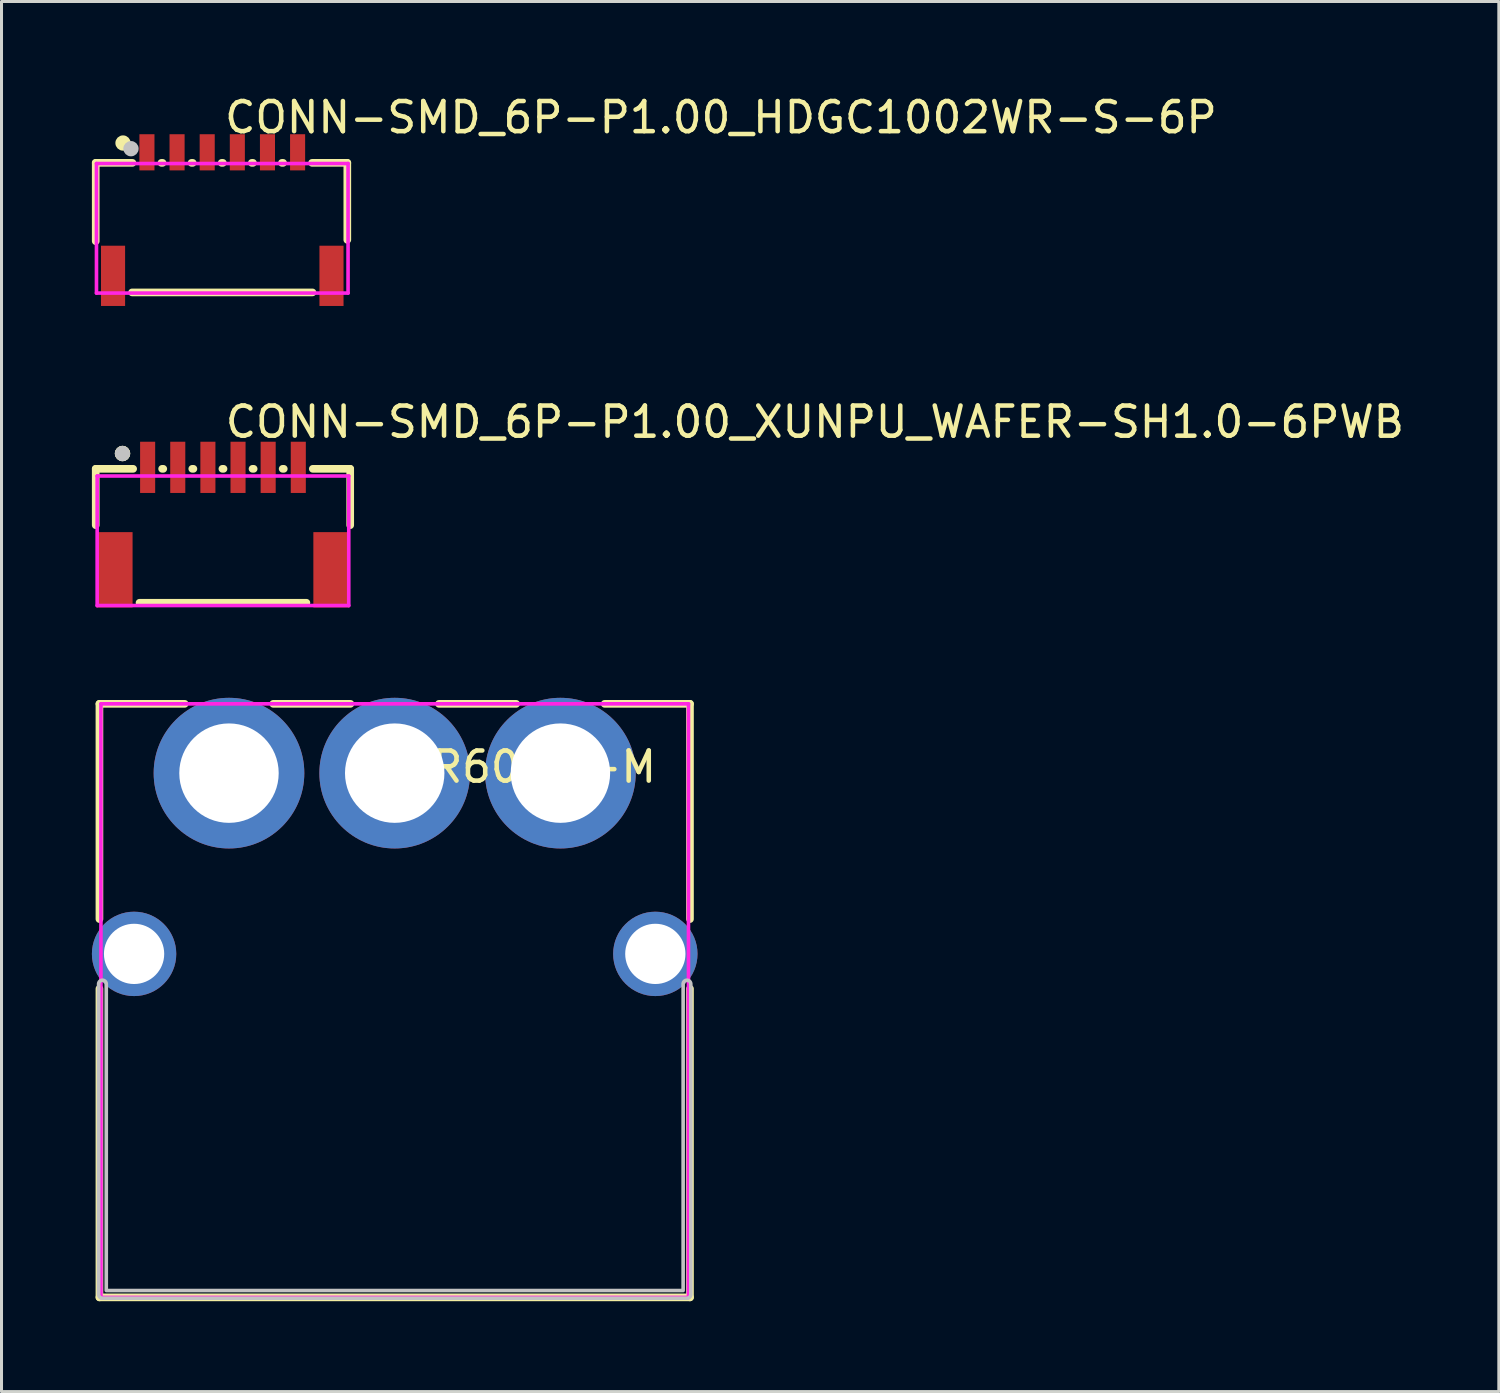
<source format=kicad_pcb>
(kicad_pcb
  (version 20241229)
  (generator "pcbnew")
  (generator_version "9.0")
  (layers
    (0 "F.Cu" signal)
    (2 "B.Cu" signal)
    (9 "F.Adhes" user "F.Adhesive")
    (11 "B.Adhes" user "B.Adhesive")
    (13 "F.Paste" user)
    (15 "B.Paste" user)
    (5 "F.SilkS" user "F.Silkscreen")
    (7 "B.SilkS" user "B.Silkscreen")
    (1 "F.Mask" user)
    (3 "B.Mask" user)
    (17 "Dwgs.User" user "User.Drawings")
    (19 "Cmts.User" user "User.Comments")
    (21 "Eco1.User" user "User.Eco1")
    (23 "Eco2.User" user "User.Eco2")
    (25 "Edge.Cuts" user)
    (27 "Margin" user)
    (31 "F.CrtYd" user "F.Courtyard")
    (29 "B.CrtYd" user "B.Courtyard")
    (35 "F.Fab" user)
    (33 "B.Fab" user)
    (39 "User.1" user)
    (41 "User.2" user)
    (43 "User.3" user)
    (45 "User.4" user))
  (footprint "CONN-SMD_6P-P1.00_HDGC1002WR-S-6P"
    (layer "F.Cu")
    (at 4.327 4.055)
    (property "Reference" "CONN-SMD_6P-P1.00_HDGC1002WR-S-6P" (at 0 -3.207 0) (layer "F.SilkS") (effects (font (size 1 1) (thickness 0.15)) (justify left)))
    (attr through_hole)
    (fp_line (start -4.2 -1.7) (end -4.2 0.9) (stroke (width 0.254) (type solid)) (layer "F.SilkS"))
    (fp_line (start -4.2 -1.7) (end -2.981 -1.7) (stroke (width 0.254) (type solid)) (layer "F.SilkS"))
    (fp_line (start -2.019 -1.7) (end -1.981 -1.7) (stroke (width 0.254) (type solid)) (layer "F.SilkS"))
    (fp_line (start -1.019 -1.7) (end -0.981 -1.7) (stroke (width 0.254) (type solid)) (layer "F.SilkS"))
    (fp_line (start -0.019 -1.7) (end 0.019 -1.7) (stroke (width 0.254) (type solid)) (layer "F.SilkS"))
    (fp_line (start 0.981 -1.7) (end 1.019 -1.7) (stroke (width 0.254) (type solid)) (layer "F.SilkS"))
    (fp_line (start 1.981 -1.7) (end 2.019 -1.7) (stroke (width 0.254) (type solid)) (layer "F.SilkS"))
    (fp_line (start 2.981 -1.7) (end 4.15 -1.7) (stroke (width 0.254) (type solid)) (layer "F.SilkS"))
    (fp_line (start 2.994 2.6) (end -2.994 2.6) (stroke (width 0.254) (type solid)) (layer "F.SilkS"))
    (fp_line (start 4.15 -1.7) (end 4.15 0.856) (stroke (width 0.254) (type solid)) (layer "F.SilkS"))
    (fp_circle (center -3.294 -2.358) (end -3.167 -2.358) (stroke (width 0.254) (type solid)) (fill no) (layer "F.SilkS"))
    (fp_circle (center -3.03 -2.17) (end -2.903 -2.17) (stroke (width 0.254) (type solid)) (fill no) (layer "Dwgs.User"))
    (fp_circle (center -4.175 -2.378) (end -4.145 -2.378) (stroke (width 0.06) (type solid)) (fill no) (layer "Eco2.User"))
    (fp_poly (pts (xy -3.725 1.622) (xy -3.525 1.622) (xy -3.525 2.622) (xy -3.725 2.622)) (stroke (width 0.12) (type solid)) (fill no) (layer "Eco2.User"))
    (fp_poly (pts (xy -2.6 -2.378) (xy -2.4 -2.378) (xy -2.4 -1.578) (xy -2.6 -1.578)) (stroke (width 0.12) (type solid)) (fill no) (layer "Eco2.User"))
    (fp_poly (pts (xy -1.6 -2.378) (xy -1.4 -2.378) (xy -1.4 -1.578) (xy -1.6 -1.578)) (stroke (width 0.12) (type solid)) (fill no) (layer "Eco2.User"))
    (fp_poly (pts (xy -0.6 -2.378) (xy -0.4 -2.378) (xy -0.4 -1.578) (xy -0.6 -1.578)) (stroke (width 0.12) (type solid)) (fill no) (layer "Eco2.User"))
    (fp_poly (pts (xy 0.4 -2.378) (xy 0.6 -2.378) (xy 0.6 -1.578) (xy 0.4 -1.578)) (stroke (width 0.12) (type solid)) (fill no) (layer "Eco2.User"))
    (fp_poly (pts (xy 1.4 -2.378) (xy 1.6 -2.378) (xy 1.6 -1.578) (xy 1.4 -1.578)) (stroke (width 0.12) (type solid)) (fill no) (layer "Eco2.User"))
    (fp_poly (pts (xy 2.4 -2.378) (xy 2.6 -2.378) (xy 2.6 -1.578) (xy 2.4 -1.578)) (stroke (width 0.12) (type solid)) (fill no) (layer "Eco2.User"))
    (fp_poly (pts (xy 3.525 1.622) (xy 3.725 1.622) (xy 3.725 2.622) (xy 3.525 2.622)) (stroke (width 0.12) (type solid)) (fill no) (layer "Eco2.User"))
    (fp_line (start -4.175 -1.678) (end 4.175 -1.678) (stroke (width 0.12) (type solid)) (layer "F.CrtYd"))
    (fp_line (start -4.175 2.622) (end -4.175 -1.678) (stroke (width 0.12) (type solid)) (layer "F.CrtYd"))
    (fp_line (start 4.175 -1.678) (end 4.175 2.622) (stroke (width 0.12) (type solid)) (layer "F.CrtYd"))
    (fp_line (start 4.175 2.622) (end -4.175 2.622) (stroke (width 0.12) (type solid)) (layer "F.CrtYd"))
    (pad "1" smd rect (at -2.5 -2.05) (size 0.5 1.2) (layers "F.Cu" "F.Mask" "F.Paste"))
    (pad "2" smd rect (at -1.5 -2.05) (size 0.5 1.2) (layers "F.Cu" "F.Mask" "F.Paste"))
    (pad "3" smd rect (at -0.5 -2.05) (size 0.5 1.2) (layers "F.Cu" "F.Mask" "F.Paste"))
    (pad "4" smd rect (at 0.5 -2.05) (size 0.5 1.2) (layers "F.Cu" "F.Mask" "F.Paste"))
    (pad "5" smd rect (at 1.5 -2.05) (size 0.5 1.2) (layers "F.Cu" "F.Mask" "F.Paste"))
    (pad "6" smd rect (at 2.5 -2.05) (size 0.5 1.2) (layers "F.Cu" "F.Mask" "F.Paste"))
    (pad "7" smd rect (at 3.625 2.05) (size 0.8 2) (layers "F.Cu" "F.Mask" "F.Paste"))
    (pad "8" smd rect (at -3.625 2.05) (size 0.8 2) (layers "F.Cu" "F.Mask" "F.Paste")))
  (footprint "CONN-SMD_6P-P1.00_XUNPU_WAFER-SH1.0-6PWB"
    (layer "F.Cu")
    (at 4.35 14.161)
    (property "Reference" "CONN-SMD_6P-P1.00_XUNPU_WAFER-SH1.0-6PWB" (at 0 -3.207 0) (layer "F.SilkS") (effects (font (size 1 1) (thickness 0.15)) (justify left)))
    (attr through_hole)
    (fp_line (start -4.223 -1.651) (end -4.223 0.22) (stroke (width 0.254) (type solid)) (layer "F.SilkS"))
    (fp_line (start -4.223 -1.651) (end -2.981 -1.651) (stroke (width 0.254) (type solid)) (layer "F.SilkS"))
    (fp_line (start -2.019 -1.651) (end -1.981 -1.651) (stroke (width 0.254) (type solid)) (layer "F.SilkS"))
    (fp_line (start -1.019 -1.651) (end -0.981 -1.651) (stroke (width 0.254) (type solid)) (layer "F.SilkS"))
    (fp_line (start -0.019 -1.651) (end 0.019 -1.651) (stroke (width 0.254) (type solid)) (layer "F.SilkS"))
    (fp_line (start 0.981 -1.651) (end 1.019 -1.651) (stroke (width 0.254) (type solid)) (layer "F.SilkS"))
    (fp_line (start 1.981 -1.651) (end 2.019 -1.651) (stroke (width 0.254) (type solid)) (layer "F.SilkS"))
    (fp_line (start 2.769 2.794) (end -2.769 2.794) (stroke (width 0.254) (type solid)) (layer "F.SilkS"))
    (fp_line (start 2.981 -1.651) (end 4.223 -1.651) (stroke (width 0.254) (type solid)) (layer "F.SilkS"))
    (fp_line (start 4.223 -1.651) (end 4.223 0.22) (stroke (width 0.254) (type solid)) (layer "F.SilkS"))
    (fp_circle (center -3.334 -2.159) (end -3.207 -2.159) (stroke (width 0.254) (type solid)) (fill no) (layer "F.SilkS"))
    (fp_circle (center -3.334 -2.159) (end -3.207 -2.159) (stroke (width 0.254) (type solid)) (fill no) (layer "F.SilkS"))
    (fp_circle (center -3.334 -2.159) (end -3.207 -2.159) (stroke (width 0.254) (type solid)) (fill no) (layer "Dwgs.User"))
    (fp_circle (center -4.175 -2.163) (end -4.145 -2.163) (stroke (width 0.06) (type solid)) (fill no) (layer "Eco2.User"))
    (fp_poly (pts (xy -3.7 0.95) (xy -3.5 0.95) (xy -3.5 2.45) (xy -3.7 2.45)) (stroke (width 0.12) (type solid)) (fill no) (layer "Eco2.User"))
    (fp_poly (pts (xy -2.6 -2.163) (xy -2.4 -2.163) (xy -2.4 -1.363) (xy -2.6 -1.363)) (stroke (width 0.12) (type solid)) (fill no) (layer "Eco2.User"))
    (fp_poly (pts (xy -1.6 -2.163) (xy -1.4 -2.163) (xy -1.4 -1.363) (xy -1.6 -1.363)) (stroke (width 0.12) (type solid)) (fill no) (layer "Eco2.User"))
    (fp_poly (pts (xy -0.6 -2.163) (xy -0.4 -2.163) (xy -0.4 -1.363) (xy -0.6 -1.363)) (stroke (width 0.12) (type solid)) (fill no) (layer "Eco2.User"))
    (fp_poly (pts (xy 0.4 -2.163) (xy 0.6 -2.163) (xy 0.6 -1.363) (xy 0.4 -1.363)) (stroke (width 0.12) (type solid)) (fill no) (layer "Eco2.User"))
    (fp_poly (pts (xy 1.4 -2.163) (xy 1.6 -2.163) (xy 1.6 -1.363) (xy 1.4 -1.363)) (stroke (width 0.12) (type solid)) (fill no) (layer "Eco2.User"))
    (fp_poly (pts (xy 2.4 -2.163) (xy 2.6 -2.163) (xy 2.6 -1.363) (xy 2.4 -1.363)) (stroke (width 0.12) (type solid)) (fill no) (layer "Eco2.User"))
    (fp_poly (pts (xy 3.5 0.95) (xy 3.7 0.95) (xy 3.7 2.45) (xy 3.5 2.45)) (stroke (width 0.12) (type solid)) (fill no) (layer "Eco2.User"))
    (fp_line (start -4.175 -1.413) (end 4.175 -1.413) (stroke (width 0.12) (type solid)) (layer "F.CrtYd"))
    (fp_line (start -4.175 2.887) (end -4.175 -1.413) (stroke (width 0.12) (type solid)) (layer "F.CrtYd"))
    (fp_line (start 4.175 -1.413) (end 4.175 2.887) (stroke (width 0.12) (type solid)) (layer "F.CrtYd"))
    (fp_line (start 4.175 2.887) (end -4.175 2.887) (stroke (width 0.12) (type solid)) (layer "F.CrtYd"))
    (pad "1" smd rect (at -2.5 -1.7) (size 0.5 1.7) (layers "F.Cu" "F.Mask" "F.Paste"))
    (pad "2" smd rect (at -1.5 -1.7) (size 0.5 1.7) (layers "F.Cu" "F.Mask" "F.Paste"))
    (pad "3" smd rect (at -0.5 -1.7) (size 0.5 1.7) (layers "F.Cu" "F.Mask" "F.Paste"))
    (pad "4" smd rect (at 0.5 -1.7) (size 0.5 1.7) (layers "F.Cu" "F.Mask" "F.Paste"))
    (pad "5" smd rect (at 1.5 -1.7) (size 0.5 1.7) (layers "F.Cu" "F.Mask" "F.Paste"))
    (pad "6" smd rect (at 2.5 -1.7) (size 0.5 1.7) (layers "F.Cu" "F.Mask" "F.Paste"))
    (pad "7" smd rect (at 3.6 1.7) (size 1.2 2.5) (layers "F.Cu" "F.Mask" "F.Paste"))
    (pad "8" smd rect (at -3.6 1.7) (size 1.2 2.5) (layers "F.Cu" "F.Mask" "F.Paste")))
  (footprint "MR60PW-M"
    (layer "F.Cu")
    (at 10.05 25.61)
    (property "Reference" "MR60PW-M" (at 0 -3.207 0) (layer "F.SilkS") (effects (font (size 1 1) (thickness 0.15)) (justify left)))
    (attr through_hole)
    (fp_line (start -9.8 -5.3) (end -9.8 1.844) (stroke (width 0.254) (type solid)) (layer "F.SilkS"))
    (fp_line (start -9.8 4.155) (end -9.8 14.399) (stroke (width 0.254) (type solid)) (layer "F.SilkS"))
    (fp_line (start -9.8 14.399) (end 9.8 14.399) (stroke (width 0.254) (type solid)) (layer "F.SilkS"))
    (fp_line (start -6.969 -5.3) (end -9.8 -5.3) (stroke (width 0.254) (type solid)) (layer "F.SilkS"))
    (fp_line (start -1.469 -5.3) (end -4.031 -5.3) (stroke (width 0.254) (type solid)) (layer "F.SilkS"))
    (fp_line (start 4.031 -5.3) (end 1.469 -5.3) (stroke (width 0.254) (type solid)) (layer "F.SilkS"))
    (fp_line (start 9.8 -5.3) (end 6.969 -5.3) (stroke (width 0.254) (type solid)) (layer "F.SilkS"))
    (fp_line (start 9.8 1.844) (end 9.8 -5.3) (stroke (width 0.254) (type solid)) (layer "F.SilkS"))
    (fp_line (start 9.8 14.399) (end 9.8 4.155) (stroke (width 0.254) (type solid)) (layer "F.SilkS"))
    (fp_poly (pts (xy -9.573 4) (xy -9.573 14.172) (xy 9.573 14.172) (xy 9.573 4) (xy 9.575 3.975) (xy 9.583 3.951) (xy 9.594 3.929) (xy 9.61 3.91) (xy 9.629 3.894) (xy 9.651 3.882) (xy 9.675 3.875) (xy 9.7 3.873) (xy 9.725 3.875) (xy 9.749 3.882) (xy 9.771 3.894) (xy 9.79 3.91) (xy 9.806 3.929) (xy 9.817 3.951) (xy 9.825 3.975) (xy 9.827 4) (xy 9.827 14.299) (xy 9.825 14.324) (xy 9.817 14.348) (xy 9.806 14.37) (xy 9.79 14.389) (xy 9.771 14.405) (xy 9.749 14.417) (xy 9.725 14.424) (xy 9.7 14.426) (xy -9.7 14.426) (xy -9.725 14.424) (xy -9.749 14.417) (xy -9.771 14.405) (xy -9.79 14.389) (xy -9.806 14.37) (xy -9.817 14.348) (xy -9.825 14.324) (xy -9.827 14.299) (xy -9.827 4) (xy -9.825 3.975) (xy -9.817 3.951) (xy -9.806 3.929) (xy -9.79 3.91) (xy -9.771 3.894) (xy -9.749 3.882) (xy -9.725 3.875) (xy -9.7 3.873) (xy -9.675 3.875) (xy -9.651 3.882) (xy -9.629 3.894) (xy -9.61 3.91) (xy -9.594 3.929) (xy -9.583 3.951) (xy -9.575 3.975) (xy -9.573 4)) (stroke (width 0.12) (type solid)) (fill no) (layer "Dwgs.User"))
    (fp_circle (center -9.75 -5.299) (end -9.72 -5.299) (stroke (width 0.06) (type solid)) (fill no) (layer "Eco2.User"))
    (fp_circle (center -5.5 -3) (end -4.875 -3) (stroke (width 1.25) (type solid)) (fill no) (layer "Eco2.User"))
    (fp_circle (center 0 -3) (end 0.625 -3) (stroke (width 1.25) (type solid)) (fill no) (layer "Eco2.User"))
    (fp_circle (center 5.5 -3) (end 6.125 -3) (stroke (width 1.25) (type solid)) (fill no) (layer "Eco2.User"))
    (fp_poly (pts (xy -8.9 3.85) (xy -8.9 2.15) (xy -8.4 2.15) (xy -8.4 3.85)) (stroke (width 0.12) (type solid)) (fill no) (layer "Eco2.User"))
    (fp_poly (pts (xy 8.4 3.85) (xy 8.4 2.15) (xy 8.9 2.15) (xy 8.9 3.85)) (stroke (width 0.12) (type solid)) (fill no) (layer "Eco2.User"))
    (fp_line (start -9.75 -5.3) (end 9.75 -5.3) (stroke (width 0.12) (type solid)) (layer "F.CrtYd"))
    (fp_line (start -9.75 14.4) (end -9.75 -5.3) (stroke (width 0.12) (type solid)) (layer "F.CrtYd"))
    (fp_line (start 9.75 -5.3) (end 9.75 14.4) (stroke (width 0.12) (type solid)) (layer "F.CrtYd"))
    (fp_line (start 9.75 14.4) (end -9.75 14.4) (stroke (width 0.12) (type solid)) (layer "F.CrtYd"))
    (pad "1" thru_hole circle (at -5.5 -3) (size 5 5) (drill 3.3) (layers "*.Cu" "*.Mask"))
    (pad "2" thru_hole circle (at 0 -3) (size 5 5) (drill 3.3) (layers "*.Cu" "*.Mask"))
    (pad "3" thru_hole circle (at 5.5 -3) (size 5 5) (drill 3.3) (layers "*.Cu" "*.Mask"))
    (pad "4" thru_hole circle (at -8.65 2.999) (size 2.8 2.8) (drill 2) (layers "*.Cu" "*.Mask"))
    (pad "5" thru_hole circle (at 8.65 2.999) (size 2.8 2.8) (drill 2) (layers "*.Cu" "*.Mask")))
  (gr_rect
    (start -3 -3)
    (end 46.695 43.136)
    (stroke (width 0.1) (type default))
    (fill no)
    (layer "Edge.Cuts")))
</source>
